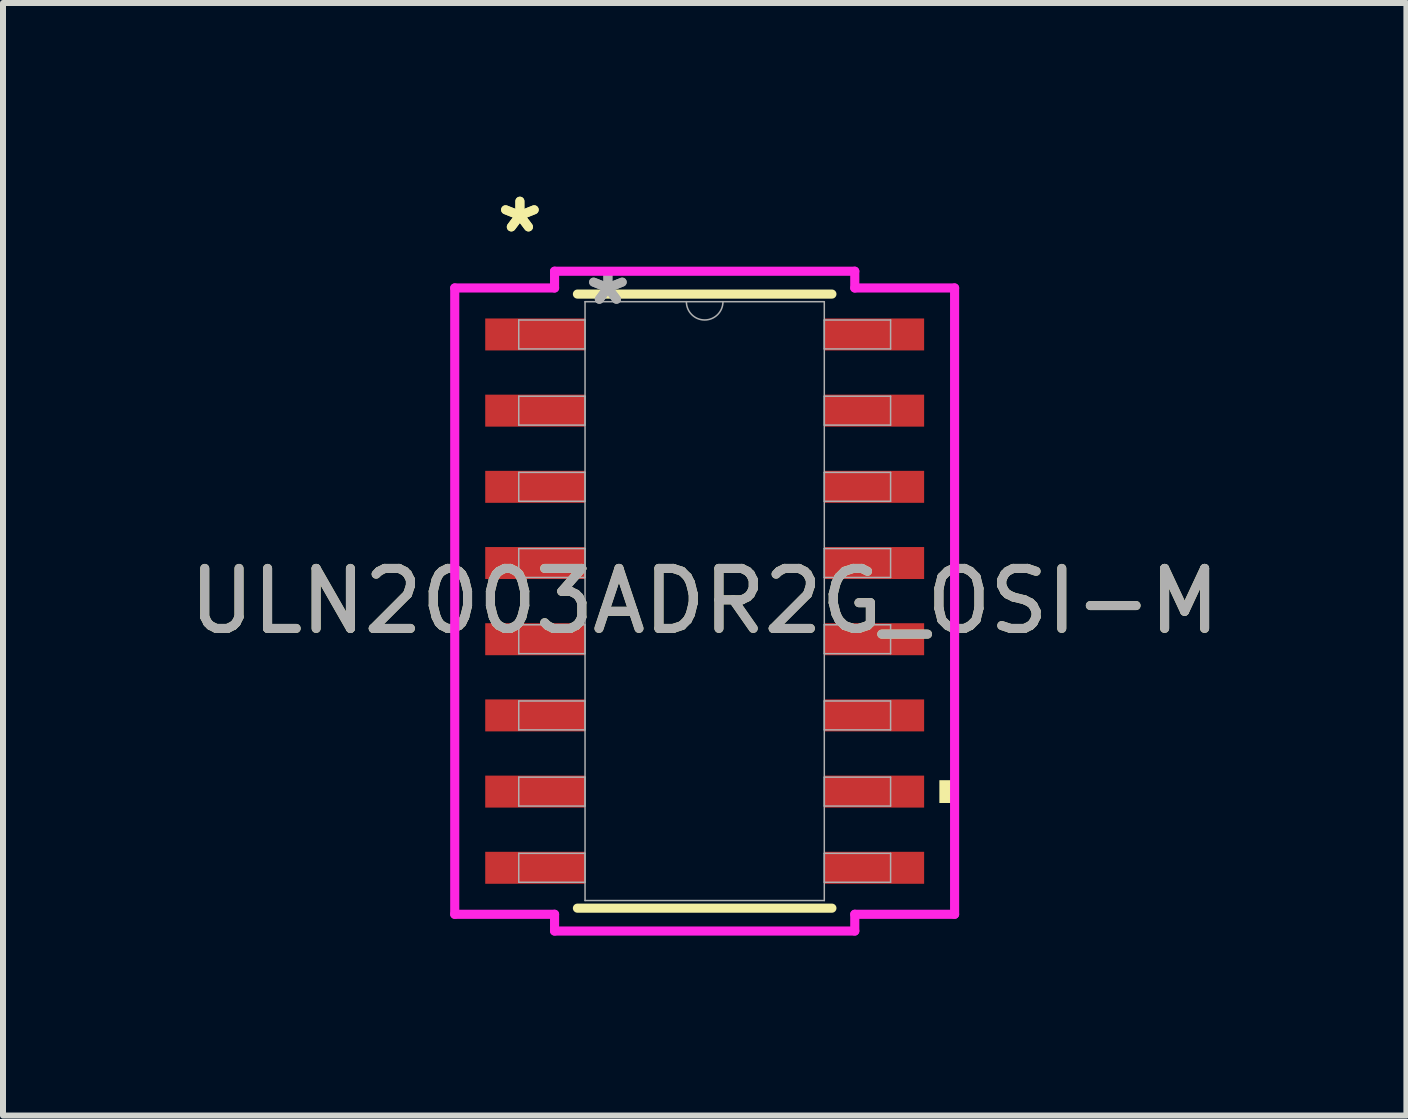
<source format=kicad_pcb>
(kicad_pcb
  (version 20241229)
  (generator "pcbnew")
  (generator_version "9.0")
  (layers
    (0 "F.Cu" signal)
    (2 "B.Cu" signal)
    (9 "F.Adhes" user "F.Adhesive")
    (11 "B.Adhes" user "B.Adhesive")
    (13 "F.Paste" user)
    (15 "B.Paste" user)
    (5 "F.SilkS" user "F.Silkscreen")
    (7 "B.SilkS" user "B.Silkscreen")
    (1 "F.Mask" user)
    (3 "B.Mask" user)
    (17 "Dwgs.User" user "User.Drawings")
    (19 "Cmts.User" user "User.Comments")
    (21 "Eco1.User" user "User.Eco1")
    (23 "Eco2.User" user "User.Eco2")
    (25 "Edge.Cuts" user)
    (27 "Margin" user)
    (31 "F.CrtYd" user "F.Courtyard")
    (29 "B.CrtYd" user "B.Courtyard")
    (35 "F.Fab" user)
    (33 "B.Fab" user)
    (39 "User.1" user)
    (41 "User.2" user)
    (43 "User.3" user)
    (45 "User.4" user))
  (footprint "ULN2003ADR2G_OSI-M"
    (layer "F.Cu")
    (at 8.696 6.97)
    (property "Reference" "ULN2003ADR2G_OSI-M" (at 0 0 0) (unlocked yes) (layer "F.SilkS") (effects (font (size 1 1) (thickness 0.15))))
    (attr smd)
    (fp_line (start -2.121 5.118) (end 2.121 5.118) (stroke (width 0.152) (type solid)) (layer "F.SilkS"))
    (fp_line (start 2.121 -5.118) (end -2.121 -5.118) (stroke (width 0.152) (type solid)) (layer "F.SilkS"))
    (fp_poly (pts (xy 4.166 2.985) (xy 4.166 3.365) (xy 3.912 3.365) (xy 3.912 2.985)) (stroke (width 0) (type solid)) (fill yes) (layer "F.SilkS"))
    (fp_line (start -4.166 -5.22) (end -2.502 -5.22) (stroke (width 0.152) (type solid)) (layer "F.CrtYd"))
    (fp_line (start -4.166 5.22) (end -4.166 -5.22) (stroke (width 0.152) (type solid)) (layer "F.CrtYd"))
    (fp_line (start -4.166 5.22) (end -2.502 5.22) (stroke (width 0.152) (type solid)) (layer "F.CrtYd"))
    (fp_line (start -2.502 -5.499) (end 2.502 -5.499) (stroke (width 0.152) (type solid)) (layer "F.CrtYd"))
    (fp_line (start -2.502 -5.22) (end -2.502 -5.499) (stroke (width 0.152) (type solid)) (layer "F.CrtYd"))
    (fp_line (start -2.502 5.499) (end -2.502 5.22) (stroke (width 0.152) (type solid)) (layer "F.CrtYd"))
    (fp_line (start 2.502 -5.499) (end 2.502 -5.22) (stroke (width 0.152) (type solid)) (layer "F.CrtYd"))
    (fp_line (start 2.502 5.22) (end 2.502 5.499) (stroke (width 0.152) (type solid)) (layer "F.CrtYd"))
    (fp_line (start 2.502 5.499) (end -2.502 5.499) (stroke (width 0.152) (type solid)) (layer "F.CrtYd"))
    (fp_line (start 4.166 -5.22) (end 2.502 -5.22) (stroke (width 0.152) (type solid)) (layer "F.CrtYd"))
    (fp_line (start 4.166 -5.22) (end 4.166 5.22) (stroke (width 0.152) (type solid)) (layer "F.CrtYd"))
    (fp_line (start 4.166 5.22) (end 2.502 5.22) (stroke (width 0.152) (type solid)) (layer "F.CrtYd"))
    (fp_line (start -3.099 -4.686) (end -3.099 -4.204) (stroke (width 0.025) (type solid)) (layer "F.Fab"))
    (fp_line (start -3.099 -4.204) (end -1.994 -4.204) (stroke (width 0.025) (type solid)) (layer "F.Fab"))
    (fp_line (start -3.099 -3.416) (end -3.099 -2.934) (stroke (width 0.025) (type solid)) (layer "F.Fab"))
    (fp_line (start -3.099 -2.934) (end -1.994 -2.934) (stroke (width 0.025) (type solid)) (layer "F.Fab"))
    (fp_line (start -3.099 -2.146) (end -3.099 -1.664) (stroke (width 0.025) (type solid)) (layer "F.Fab"))
    (fp_line (start -3.099 -1.664) (end -1.994 -1.664) (stroke (width 0.025) (type solid)) (layer "F.Fab"))
    (fp_line (start -3.099 -0.876) (end -3.099 -0.394) (stroke (width 0.025) (type solid)) (layer "F.Fab"))
    (fp_line (start -3.099 -0.394) (end -1.994 -0.394) (stroke (width 0.025) (type solid)) (layer "F.Fab"))
    (fp_line (start -3.099 0.394) (end -3.099 0.876) (stroke (width 0.025) (type solid)) (layer "F.Fab"))
    (fp_line (start -3.099 0.876) (end -1.994 0.876) (stroke (width 0.025) (type solid)) (layer "F.Fab"))
    (fp_line (start -3.099 1.664) (end -3.099 2.146) (stroke (width 0.025) (type solid)) (layer "F.Fab"))
    (fp_line (start -3.099 2.146) (end -1.994 2.146) (stroke (width 0.025) (type solid)) (layer "F.Fab"))
    (fp_line (start -3.099 2.934) (end -3.099 3.416) (stroke (width 0.025) (type solid)) (layer "F.Fab"))
    (fp_line (start -3.099 3.416) (end -1.994 3.416) (stroke (width 0.025) (type solid)) (layer "F.Fab"))
    (fp_line (start -3.099 4.204) (end -3.099 4.686) (stroke (width 0.025) (type solid)) (layer "F.Fab"))
    (fp_line (start -3.099 4.686) (end -1.994 4.686) (stroke (width 0.025) (type solid)) (layer "F.Fab"))
    (fp_line (start -1.994 -4.991) (end -1.994 4.991) (stroke (width 0.025) (type solid)) (layer "F.Fab"))
    (fp_line (start -1.994 -4.686) (end -3.099 -4.686) (stroke (width 0.025) (type solid)) (layer "F.Fab"))
    (fp_line (start -1.994 -4.204) (end -1.994 -4.686) (stroke (width 0.025) (type solid)) (layer "F.Fab"))
    (fp_line (start -1.994 -3.416) (end -3.099 -3.416) (stroke (width 0.025) (type solid)) (layer "F.Fab"))
    (fp_line (start -1.994 -2.934) (end -1.994 -3.416) (stroke (width 0.025) (type solid)) (layer "F.Fab"))
    (fp_line (start -1.994 -2.146) (end -3.099 -2.146) (stroke (width 0.025) (type solid)) (layer "F.Fab"))
    (fp_line (start -1.994 -1.664) (end -1.994 -2.146) (stroke (width 0.025) (type solid)) (layer "F.Fab"))
    (fp_line (start -1.994 -0.876) (end -3.099 -0.876) (stroke (width 0.025) (type solid)) (layer "F.Fab"))
    (fp_line (start -1.994 -0.394) (end -1.994 -0.876) (stroke (width 0.025) (type solid)) (layer "F.Fab"))
    (fp_line (start -1.994 0.394) (end -3.099 0.394) (stroke (width 0.025) (type solid)) (layer "F.Fab"))
    (fp_line (start -1.994 0.876) (end -1.994 0.394) (stroke (width 0.025) (type solid)) (layer "F.Fab"))
    (fp_line (start -1.994 1.664) (end -3.099 1.664) (stroke (width 0.025) (type solid)) (layer "F.Fab"))
    (fp_line (start -1.994 2.146) (end -1.994 1.664) (stroke (width 0.025) (type solid)) (layer "F.Fab"))
    (fp_line (start -1.994 2.934) (end -3.099 2.934) (stroke (width 0.025) (type solid)) (layer "F.Fab"))
    (fp_line (start -1.994 3.416) (end -1.994 2.934) (stroke (width 0.025) (type solid)) (layer "F.Fab"))
    (fp_line (start -1.994 4.204) (end -3.099 4.204) (stroke (width 0.025) (type solid)) (layer "F.Fab"))
    (fp_line (start -1.994 4.686) (end -1.994 4.204) (stroke (width 0.025) (type solid)) (layer "F.Fab"))
    (fp_line (start -1.994 4.991) (end 1.994 4.991) (stroke (width 0.025) (type solid)) (layer "F.Fab"))
    (fp_line (start 1.994 -4.991) (end -1.994 -4.991) (stroke (width 0.025) (type solid)) (layer "F.Fab"))
    (fp_line (start 1.994 -4.686) (end 1.994 -4.204) (stroke (width 0.025) (type solid)) (layer "F.Fab"))
    (fp_line (start 1.994 -4.204) (end 3.099 -4.204) (stroke (width 0.025) (type solid)) (layer "F.Fab"))
    (fp_line (start 1.994 -3.416) (end 1.994 -2.934) (stroke (width 0.025) (type solid)) (layer "F.Fab"))
    (fp_line (start 1.994 -2.934) (end 3.099 -2.934) (stroke (width 0.025) (type solid)) (layer "F.Fab"))
    (fp_line (start 1.994 -2.146) (end 1.994 -1.664) (stroke (width 0.025) (type solid)) (layer "F.Fab"))
    (fp_line (start 1.994 -1.664) (end 3.099 -1.664) (stroke (width 0.025) (type solid)) (layer "F.Fab"))
    (fp_line (start 1.994 -0.876) (end 1.994 -0.394) (stroke (width 0.025) (type solid)) (layer "F.Fab"))
    (fp_line (start 1.994 -0.394) (end 3.099 -0.394) (stroke (width 0.025) (type solid)) (layer "F.Fab"))
    (fp_line (start 1.994 0.394) (end 1.994 0.876) (stroke (width 0.025) (type solid)) (layer "F.Fab"))
    (fp_line (start 1.994 0.876) (end 3.099 0.876) (stroke (width 0.025) (type solid)) (layer "F.Fab"))
    (fp_line (start 1.994 1.664) (end 1.994 2.146) (stroke (width 0.025) (type solid)) (layer "F.Fab"))
    (fp_line (start 1.994 2.146) (end 3.099 2.146) (stroke (width 0.025) (type solid)) (layer "F.Fab"))
    (fp_line (start 1.994 2.934) (end 1.994 3.416) (stroke (width 0.025) (type solid)) (layer "F.Fab"))
    (fp_line (start 1.994 3.416) (end 3.099 3.416) (stroke (width 0.025) (type solid)) (layer "F.Fab"))
    (fp_line (start 1.994 4.204) (end 1.994 4.686) (stroke (width 0.025) (type solid)) (layer "F.Fab"))
    (fp_line (start 1.994 4.686) (end 3.099 4.686) (stroke (width 0.025) (type solid)) (layer "F.Fab"))
    (fp_line (start 1.994 4.991) (end 1.994 -4.991) (stroke (width 0.025) (type solid)) (layer "F.Fab"))
    (fp_line (start 3.099 -4.686) (end 1.994 -4.686) (stroke (width 0.025) (type solid)) (layer "F.Fab"))
    (fp_line (start 3.099 -4.204) (end 3.099 -4.686) (stroke (width 0.025) (type solid)) (layer "F.Fab"))
    (fp_line (start 3.099 -3.416) (end 1.994 -3.416) (stroke (width 0.025) (type solid)) (layer "F.Fab"))
    (fp_line (start 3.099 -2.934) (end 3.099 -3.416) (stroke (width 0.025) (type solid)) (layer "F.Fab"))
    (fp_line (start 3.099 -2.146) (end 1.994 -2.146) (stroke (width 0.025) (type solid)) (layer "F.Fab"))
    (fp_line (start 3.099 -1.664) (end 3.099 -2.146) (stroke (width 0.025) (type solid)) (layer "F.Fab"))
    (fp_line (start 3.099 -0.876) (end 1.994 -0.876) (stroke (width 0.025) (type solid)) (layer "F.Fab"))
    (fp_line (start 3.099 -0.394) (end 3.099 -0.876) (stroke (width 0.025) (type solid)) (layer "F.Fab"))
    (fp_line (start 3.099 0.394) (end 1.994 0.394) (stroke (width 0.025) (type solid)) (layer "F.Fab"))
    (fp_line (start 3.099 0.876) (end 3.099 0.394) (stroke (width 0.025) (type solid)) (layer "F.Fab"))
    (fp_line (start 3.099 1.664) (end 1.994 1.664) (stroke (width 0.025) (type solid)) (layer "F.Fab"))
    (fp_line (start 3.099 2.146) (end 3.099 1.664) (stroke (width 0.025) (type solid)) (layer "F.Fab"))
    (fp_line (start 3.099 2.934) (end 1.994 2.934) (stroke (width 0.025) (type solid)) (layer "F.Fab"))
    (fp_line (start 3.099 3.416) (end 3.099 2.934) (stroke (width 0.025) (type solid)) (layer "F.Fab"))
    (fp_line (start 3.099 4.204) (end 1.994 4.204) (stroke (width 0.025) (type solid)) (layer "F.Fab"))
    (fp_line (start 3.099 4.686) (end 3.099 4.204) (stroke (width 0.025) (type solid)) (layer "F.Fab"))
    (fp_arc (start 0.3048 -4.9911) (mid 0 -4.6863) (end -0.3048 -4.9911) (stroke (width 0.0254) (type solid)) (layer "F.Fab"))
    (fp_text user "*" (at -3.08 -6.121 0) (unlocked yes) (layer "F.SilkS") (effects (font (size 1 1) (thickness 0.15))))
    (fp_text user "*" (at -3.08 -6.121 0) (layer "F.SilkS") (effects (font (size 1 1) (thickness 0.15))))
    (fp_text user "*" (at -1.613 -4.915 0) (unlocked yes) (layer "F.Fab") (effects (font (size 1 1) (thickness 0.15))))
    (fp_text user "*" (at -1.613 -4.915 0) (layer "F.Fab") (effects (font (size 1 1) (thickness 0.15))))
    (fp_text user "${REFERENCE}" (at 0 0 0) (unlocked yes) (layer "F.Fab") (effects (font (size 1 1) (thickness 0.15))))
    (pad "1" smd rect (at -2.826 -4.445) (size 1.664 0.533) (layers "F.Cu" "F.Mask" "F.Paste"))
    (pad "2" smd rect (at -2.826 -3.175) (size 1.664 0.533) (layers "F.Cu" "F.Mask" "F.Paste"))
    (pad "3" smd rect (at -2.826 -1.905) (size 1.664 0.533) (layers "F.Cu" "F.Mask" "F.Paste"))
    (pad "4" smd rect (at -2.826 -0.635) (size 1.664 0.533) (layers "F.Cu" "F.Mask" "F.Paste"))
    (pad "5" smd rect (at -2.826 0.635) (size 1.664 0.533) (layers "F.Cu" "F.Mask" "F.Paste"))
    (pad "6" smd rect (at -2.826 1.905) (size 1.664 0.533) (layers "F.Cu" "F.Mask" "F.Paste"))
    (pad "7" smd rect (at -2.826 3.175) (size 1.664 0.533) (layers "F.Cu" "F.Mask" "F.Paste"))
    (pad "8" smd rect (at -2.826 4.445) (size 1.664 0.533) (layers "F.Cu" "F.Mask" "F.Paste"))
    (pad "9" smd rect (at 2.826 4.445) (size 1.664 0.533) (layers "F.Cu" "F.Mask" "F.Paste"))
    (pad "10" smd rect (at 2.826 3.175) (size 1.664 0.533) (layers "F.Cu" "F.Mask" "F.Paste"))
    (pad "11" smd rect (at 2.826 1.905) (size 1.664 0.533) (layers "F.Cu" "F.Mask" "F.Paste"))
    (pad "12" smd rect (at 2.826 0.635) (size 1.664 0.533) (layers "F.Cu" "F.Mask" "F.Paste"))
    (pad "13" smd rect (at 2.826 -0.635) (size 1.664 0.533) (layers "F.Cu" "F.Mask" "F.Paste"))
    (pad "14" smd rect (at 2.826 -1.905) (size 1.664 0.533) (layers "F.Cu" "F.Mask" "F.Paste"))
    (pad "15" smd rect (at 2.826 -3.175) (size 1.664 0.533) (layers "F.Cu" "F.Mask" "F.Paste"))
    (pad "16" smd rect (at 2.826 -4.445) (size 1.664 0.533) (layers "F.Cu" "F.Mask" "F.Paste")))
  (gr_rect
    (start -3 -3)
    (end 20.393 15.545)
    (stroke (width 0.1) (type default))
    (fill no)
    (layer "Edge.Cuts")))
</source>
